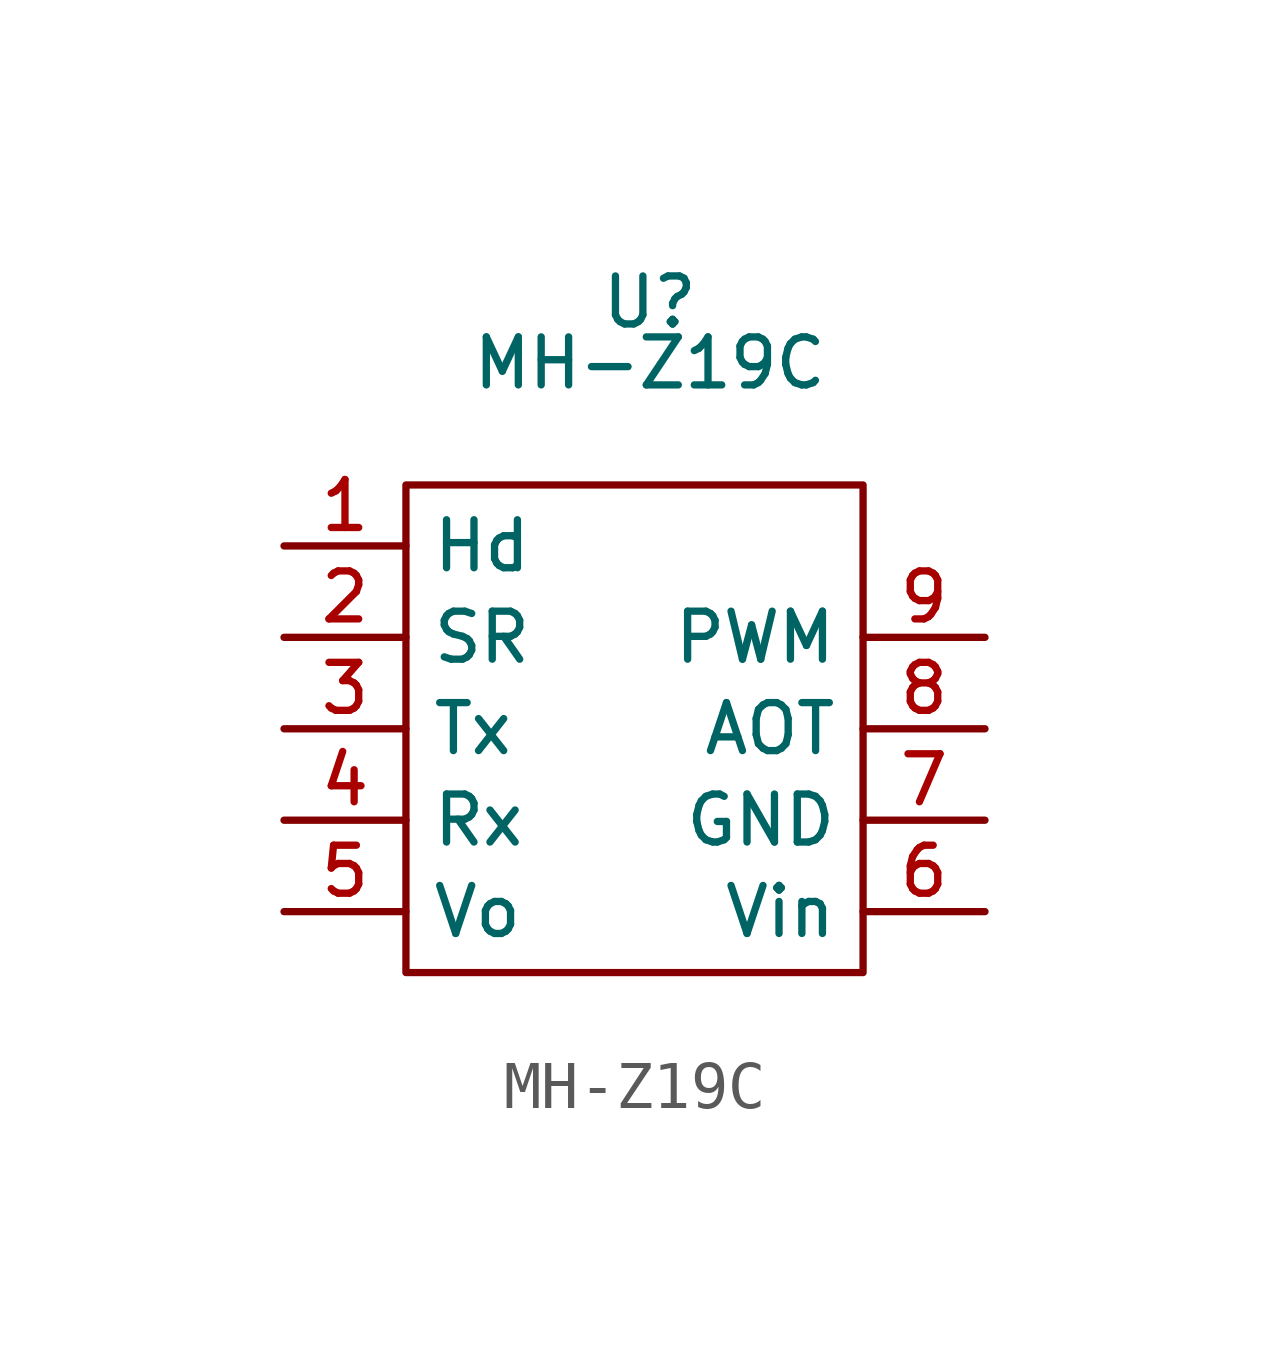
<source format=kicad_sym>
(kicad_symbol_lib
  (version 20211014)
  (generator kicad_symbol_editor)
  (symbol "MH-Z19C"
    (property "Reference" "U"
      (at 0 8.255 0)
      (effects (font (size 1 1))))
    (property "Value" "MH-Z19C"
      (at 0 6.985 0)
      (effects (font (size 1 1))))
    (symbol "MH-Z19C_0_1"
      (rectangle (start -5.08 4.445) (end 4.445 -5.715) (stroke (width 0.152) (type default) (color 0 0 0 0)) (fill (type none))))
    (symbol "MH-Z19C_1_1"
      (pin input line (at -7.62 3.175 0) (length 2.54) (name "Hd" (effects (font (size 1 1)))) (number "1" (effects (font (size 1 1)))))
      (pin unspecified line (at -7.62 1.27 0) (length 2.54) (name "SR" (effects (font (size 1 1)))) (number "2" (effects (font (size 1 1)))))
      (pin output line (at -7.62 -0.635 0) (length 2.54) (name "Tx" (effects (font (size 1 1)))) (number "3" (effects (font (size 1 1)))))
      (pin input line (at -7.62 -2.54 0) (length 2.54) (name "Rx" (effects (font (size 1 1)))) (number "4" (effects (font (size 1 1)))))
      (pin unspecified line (at -7.62 -4.445 0) (length 2.54) (name "Vo" (effects (font (size 1 1)))) (number "5" (effects (font (size 1 1)))))
      (pin power_in line (at 6.985 -4.445 180) (length 2.54) (name "Vin" (effects (font (size 1 1)))) (number "6" (effects (font (size 1 1)))))
      (pin power_in line (at 6.985 -2.54 180) (length 2.54) (name "GND" (effects (font (size 1 1)))) (number "7" (effects (font (size 1 1)))))
      (pin unspecified line (at 6.985 -0.635 180) (length 2.54) (name "AOT" (effects (font (size 1 1)))) (number "8" (effects (font (size 1 1)))))
      (pin output line (at 6.985 1.27 180) (length 2.54) (name "PWM" (effects (font (size 1 1)))) (number "9" (effects (font (size 1 1))))))))
</source>
